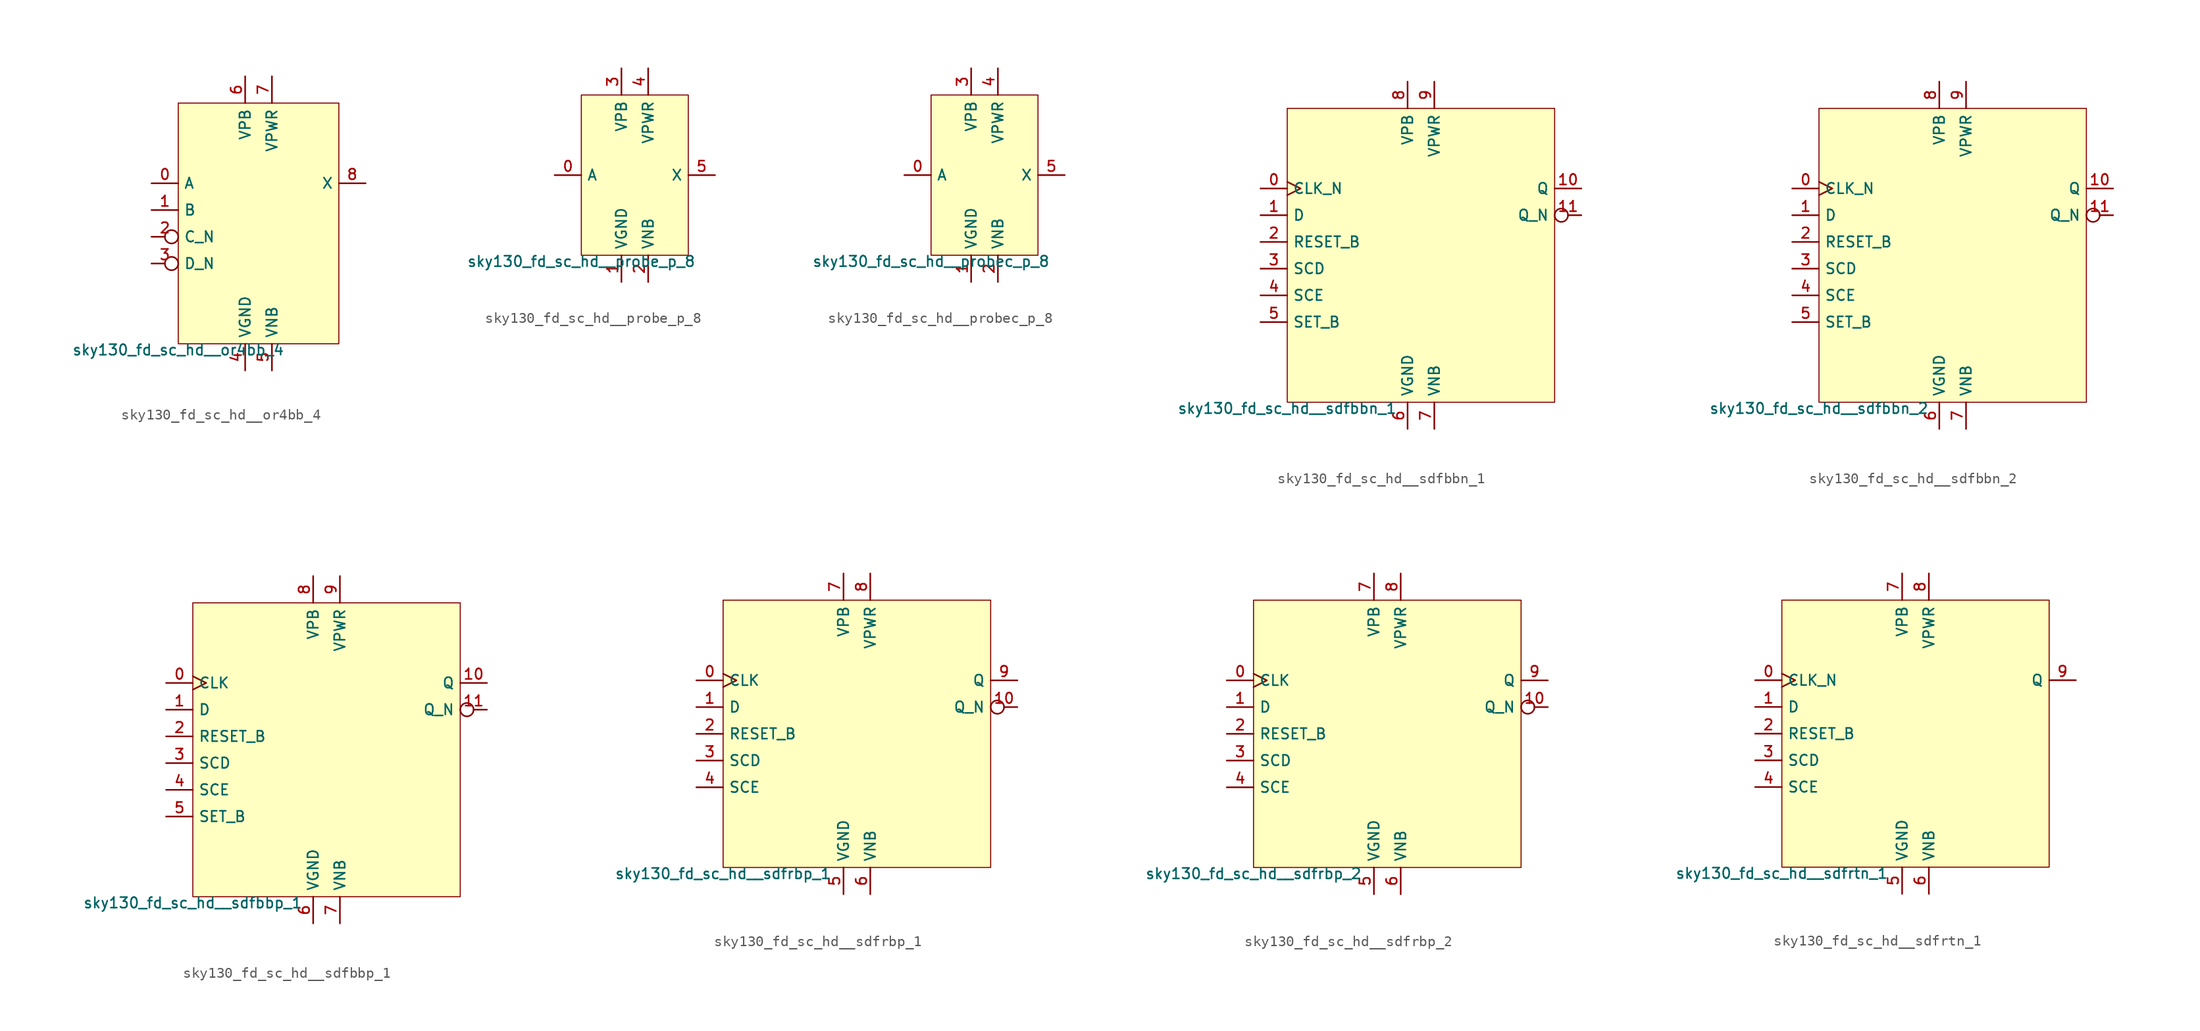
<source format=kicad_sym>
(kicad_symbol_lib
  (version 20211014)
  (generator lef2kicad_sym)
  (symbol "sky130_fd_sc_hd__or4bb_4"
    (property "Reference" "X"
      (at 0 0 0)
      (effects (font (size 1 1)) hide))
    (property "Value" "sky130_fd_sc_hd__or4bb_4"
      (at -7.62 -11.43 0)
      (effects (font (size 1 1)) (justify top)))
    (rectangle
      (start -7.62 -11.43)
      (end 7.62 11.43)
      (stroke (width 0.1) (type solid) (color 0 0 0 0))
      (fill (type background)))
    (pin input line
      (at -10.16 3.81 0)
      (length 2.54)
      (name "A" (effects (font (size 1 1)) hide))
      (number "0" (effects (font (size 1 1)) hide)))
    (pin input line
      (at -10.16 1.27 0)
      (length 2.54)
      (name "B" (effects (font (size 1 1)) hide))
      (number "1" (effects (font (size 1 1)) hide)))
    (pin input inverted
      (at -10.16 -1.27 0)
      (length 2.54)
      (name "C_N" (effects (font (size 1 1)) hide))
      (number "2" (effects (font (size 1 1)) hide)))
    (pin input inverted
      (at -10.16 -3.81 0)
      (length 2.54)
      (name "D_N" (effects (font (size 1 1)) hide))
      (number "3" (effects (font (size 1 1)) hide)))
    (pin power_in line
      (at -1.27 -13.97 90)
      (length 2.54)
      (name "VGND" (effects (font (size 1 1)) hide))
      (number "4" (effects (font (size 1 1)) hide)))
    (pin power_in line
      (at 1.27 -13.97 90)
      (length 2.54)
      (name "VNB" (effects (font (size 1 1)) hide))
      (number "5" (effects (font (size 1 1)) hide)))
    (pin power_in line
      (at -1.27 13.97 270)
      (length 2.54)
      (name "VPB" (effects (font (size 1 1)) hide))
      (number "6" (effects (font (size 1 1)) hide)))
    (pin power_in line
      (at 1.27 13.97 270)
      (length 2.54)
      (name "VPWR" (effects (font (size 1 1)) hide))
      (number "7" (effects (font (size 1 1)) hide)))
    (pin output line
      (at 10.16 3.81 180)
      (length 2.54)
      (name "X" (effects (font (size 1 1)) hide))
      (number "8" (effects (font (size 1 1)) hide))))
  (symbol "sky130_fd_sc_hd__probe_p_8"
    (property "Reference" "X"
      (at 0 0 0)
      (effects (font (size 1 1)) hide))
    (property "Value" "sky130_fd_sc_hd__probe_p_8"
      (at -5.08 -7.62 0)
      (effects (font (size 1 1)) (justify top)))
    (rectangle
      (start -5.08 -7.62)
      (end 5.08 7.62)
      (stroke (width 0.1) (type solid) (color 0 0 0 0))
      (fill (type background)))
    (pin input line
      (at -7.62 0.0 0)
      (length 2.54)
      (name "A" (effects (font (size 1 1)) hide))
      (number "0" (effects (font (size 1 1)) hide)))
    (pin power_in line
      (at -1.27 -10.16 90)
      (length 2.54)
      (name "VGND" (effects (font (size 1 1)) hide))
      (number "1" (effects (font (size 1 1)) hide)))
    (pin power_in line
      (at 1.27 -10.16 90)
      (length 2.54)
      (name "VNB" (effects (font (size 1 1)) hide))
      (number "2" (effects (font (size 1 1)) hide)))
    (pin power_in line
      (at -1.27 10.16 270)
      (length 2.54)
      (name "VPB" (effects (font (size 1 1)) hide))
      (number "3" (effects (font (size 1 1)) hide)))
    (pin power_in line
      (at 1.27 10.16 270)
      (length 2.54)
      (name "VPWR" (effects (font (size 1 1)) hide))
      (number "4" (effects (font (size 1 1)) hide)))
    (pin output line
      (at 7.62 0.0 180)
      (length 2.54)
      (name "X" (effects (font (size 1 1)) hide))
      (number "5" (effects (font (size 1 1)) hide))))
  (symbol "sky130_fd_sc_hd__probec_p_8"
    (property "Reference" "X"
      (at 0 0 0)
      (effects (font (size 1 1)) hide))
    (property "Value" "sky130_fd_sc_hd__probec_p_8"
      (at -5.08 -7.62 0)
      (effects (font (size 1 1)) (justify top)))
    (rectangle
      (start -5.08 -7.62)
      (end 5.08 7.62)
      (stroke (width 0.1) (type solid) (color 0 0 0 0))
      (fill (type background)))
    (pin input line
      (at -7.62 0.0 0)
      (length 2.54)
      (name "A" (effects (font (size 1 1)) hide))
      (number "0" (effects (font (size 1 1)) hide)))
    (pin power_in line
      (at -1.27 -10.16 90)
      (length 2.54)
      (name "VGND" (effects (font (size 1 1)) hide))
      (number "1" (effects (font (size 1 1)) hide)))
    (pin power_in line
      (at 1.27 -10.16 90)
      (length 2.54)
      (name "VNB" (effects (font (size 1 1)) hide))
      (number "2" (effects (font (size 1 1)) hide)))
    (pin power_in line
      (at -1.27 10.16 270)
      (length 2.54)
      (name "VPB" (effects (font (size 1 1)) hide))
      (number "3" (effects (font (size 1 1)) hide)))
    (pin power_in line
      (at 1.27 10.16 270)
      (length 2.54)
      (name "VPWR" (effects (font (size 1 1)) hide))
      (number "4" (effects (font (size 1 1)) hide)))
    (pin output line
      (at 7.62 0.0 180)
      (length 2.54)
      (name "X" (effects (font (size 1 1)) hide))
      (number "5" (effects (font (size 1 1)) hide))))
  (symbol "sky130_fd_sc_hd__sdfbbn_1"
    (property "Reference" "X"
      (at 0 0 0)
      (effects (font (size 1 1)) hide))
    (property "Value" "sky130_fd_sc_hd__sdfbbn_1"
      (at -12.7 -13.97 0)
      (effects (font (size 1 1)) (justify top)))
    (rectangle
      (start -12.7 -13.97)
      (end 12.7 13.97)
      (stroke (width 0.1) (type solid) (color 0 0 0 0))
      (fill (type background)))
    (pin input clock
      (at -15.24 6.35 0)
      (length 2.54)
      (name "CLK_N" (effects (font (size 1 1)) hide))
      (number "0" (effects (font (size 1 1)) hide)))
    (pin input line
      (at -15.24 3.81 0)
      (length 2.54)
      (name "D" (effects (font (size 1 1)) hide))
      (number "1" (effects (font (size 1 1)) hide)))
    (pin input line
      (at -15.24 1.27 0)
      (length 2.54)
      (name "RESET_B" (effects (font (size 1 1)) hide))
      (number "2" (effects (font (size 1 1)) hide)))
    (pin input line
      (at -15.24 -1.27 0)
      (length 2.54)
      (name "SCD" (effects (font (size 1 1)) hide))
      (number "3" (effects (font (size 1 1)) hide)))
    (pin input line
      (at -15.24 -3.81 0)
      (length 2.54)
      (name "SCE" (effects (font (size 1 1)) hide))
      (number "4" (effects (font (size 1 1)) hide)))
    (pin input line
      (at -15.24 -6.35 0)
      (length 2.54)
      (name "SET_B" (effects (font (size 1 1)) hide))
      (number "5" (effects (font (size 1 1)) hide)))
    (pin power_in line
      (at -1.27 -16.51 90)
      (length 2.54)
      (name "VGND" (effects (font (size 1 1)) hide))
      (number "6" (effects (font (size 1 1)) hide)))
    (pin power_in line
      (at 1.27 -16.51 90)
      (length 2.54)
      (name "VNB" (effects (font (size 1 1)) hide))
      (number "7" (effects (font (size 1 1)) hide)))
    (pin power_in line
      (at -1.27 16.51 270)
      (length 2.54)
      (name "VPB" (effects (font (size 1 1)) hide))
      (number "8" (effects (font (size 1 1)) hide)))
    (pin power_in line
      (at 1.27 16.51 270)
      (length 2.54)
      (name "VPWR" (effects (font (size 1 1)) hide))
      (number "9" (effects (font (size 1 1)) hide)))
    (pin output line
      (at 15.24 6.35 180)
      (length 2.54)
      (name "Q" (effects (font (size 1 1)) hide))
      (number "10" (effects (font (size 1 1)) hide)))
    (pin output inverted
      (at 15.24 3.81 180)
      (length 2.54)
      (name "Q_N" (effects (font (size 1 1)) hide))
      (number "11" (effects (font (size 1 1)) hide))))
  (symbol "sky130_fd_sc_hd__sdfbbn_2"
    (property "Reference" "X"
      (at 0 0 0)
      (effects (font (size 1 1)) hide))
    (property "Value" "sky130_fd_sc_hd__sdfbbn_2"
      (at -12.7 -13.97 0)
      (effects (font (size 1 1)) (justify top)))
    (rectangle
      (start -12.7 -13.97)
      (end 12.7 13.97)
      (stroke (width 0.1) (type solid) (color 0 0 0 0))
      (fill (type background)))
    (pin input clock
      (at -15.24 6.35 0)
      (length 2.54)
      (name "CLK_N" (effects (font (size 1 1)) hide))
      (number "0" (effects (font (size 1 1)) hide)))
    (pin input line
      (at -15.24 3.81 0)
      (length 2.54)
      (name "D" (effects (font (size 1 1)) hide))
      (number "1" (effects (font (size 1 1)) hide)))
    (pin input line
      (at -15.24 1.27 0)
      (length 2.54)
      (name "RESET_B" (effects (font (size 1 1)) hide))
      (number "2" (effects (font (size 1 1)) hide)))
    (pin input line
      (at -15.24 -1.27 0)
      (length 2.54)
      (name "SCD" (effects (font (size 1 1)) hide))
      (number "3" (effects (font (size 1 1)) hide)))
    (pin input line
      (at -15.24 -3.81 0)
      (length 2.54)
      (name "SCE" (effects (font (size 1 1)) hide))
      (number "4" (effects (font (size 1 1)) hide)))
    (pin input line
      (at -15.24 -6.35 0)
      (length 2.54)
      (name "SET_B" (effects (font (size 1 1)) hide))
      (number "5" (effects (font (size 1 1)) hide)))
    (pin power_in line
      (at -1.27 -16.51 90)
      (length 2.54)
      (name "VGND" (effects (font (size 1 1)) hide))
      (number "6" (effects (font (size 1 1)) hide)))
    (pin power_in line
      (at 1.27 -16.51 90)
      (length 2.54)
      (name "VNB" (effects (font (size 1 1)) hide))
      (number "7" (effects (font (size 1 1)) hide)))
    (pin power_in line
      (at -1.27 16.51 270)
      (length 2.54)
      (name "VPB" (effects (font (size 1 1)) hide))
      (number "8" (effects (font (size 1 1)) hide)))
    (pin power_in line
      (at 1.27 16.51 270)
      (length 2.54)
      (name "VPWR" (effects (font (size 1 1)) hide))
      (number "9" (effects (font (size 1 1)) hide)))
    (pin output line
      (at 15.24 6.35 180)
      (length 2.54)
      (name "Q" (effects (font (size 1 1)) hide))
      (number "10" (effects (font (size 1 1)) hide)))
    (pin output inverted
      (at 15.24 3.81 180)
      (length 2.54)
      (name "Q_N" (effects (font (size 1 1)) hide))
      (number "11" (effects (font (size 1 1)) hide))))
  (symbol "sky130_fd_sc_hd__sdfbbp_1"
    (property "Reference" "X"
      (at 0 0 0)
      (effects (font (size 1 1)) hide))
    (property "Value" "sky130_fd_sc_hd__sdfbbp_1"
      (at -12.7 -13.97 0)
      (effects (font (size 1 1)) (justify top)))
    (rectangle
      (start -12.7 -13.97)
      (end 12.7 13.97)
      (stroke (width 0.1) (type solid) (color 0 0 0 0))
      (fill (type background)))
    (pin input clock
      (at -15.24 6.35 0)
      (length 2.54)
      (name "CLK" (effects (font (size 1 1)) hide))
      (number "0" (effects (font (size 1 1)) hide)))
    (pin input line
      (at -15.24 3.81 0)
      (length 2.54)
      (name "D" (effects (font (size 1 1)) hide))
      (number "1" (effects (font (size 1 1)) hide)))
    (pin input line
      (at -15.24 1.27 0)
      (length 2.54)
      (name "RESET_B" (effects (font (size 1 1)) hide))
      (number "2" (effects (font (size 1 1)) hide)))
    (pin input line
      (at -15.24 -1.27 0)
      (length 2.54)
      (name "SCD" (effects (font (size 1 1)) hide))
      (number "3" (effects (font (size 1 1)) hide)))
    (pin input line
      (at -15.24 -3.81 0)
      (length 2.54)
      (name "SCE" (effects (font (size 1 1)) hide))
      (number "4" (effects (font (size 1 1)) hide)))
    (pin input line
      (at -15.24 -6.35 0)
      (length 2.54)
      (name "SET_B" (effects (font (size 1 1)) hide))
      (number "5" (effects (font (size 1 1)) hide)))
    (pin power_in line
      (at -1.27 -16.51 90)
      (length 2.54)
      (name "VGND" (effects (font (size 1 1)) hide))
      (number "6" (effects (font (size 1 1)) hide)))
    (pin power_in line
      (at 1.27 -16.51 90)
      (length 2.54)
      (name "VNB" (effects (font (size 1 1)) hide))
      (number "7" (effects (font (size 1 1)) hide)))
    (pin power_in line
      (at -1.27 16.51 270)
      (length 2.54)
      (name "VPB" (effects (font (size 1 1)) hide))
      (number "8" (effects (font (size 1 1)) hide)))
    (pin power_in line
      (at 1.27 16.51 270)
      (length 2.54)
      (name "VPWR" (effects (font (size 1 1)) hide))
      (number "9" (effects (font (size 1 1)) hide)))
    (pin output line
      (at 15.24 6.35 180)
      (length 2.54)
      (name "Q" (effects (font (size 1 1)) hide))
      (number "10" (effects (font (size 1 1)) hide)))
    (pin output inverted
      (at 15.24 3.81 180)
      (length 2.54)
      (name "Q_N" (effects (font (size 1 1)) hide))
      (number "11" (effects (font (size 1 1)) hide))))
  (symbol "sky130_fd_sc_hd__sdfrbp_1"
    (property "Reference" "X"
      (at 0 0 0)
      (effects (font (size 1 1)) hide))
    (property "Value" "sky130_fd_sc_hd__sdfrbp_1"
      (at -12.7 -12.7 0)
      (effects (font (size 1 1)) (justify top)))
    (rectangle
      (start -12.7 -12.7)
      (end 12.7 12.7)
      (stroke (width 0.1) (type solid) (color 0 0 0 0))
      (fill (type background)))
    (pin input clock
      (at -15.24 5.08 0)
      (length 2.54)
      (name "CLK" (effects (font (size 1 1)) hide))
      (number "0" (effects (font (size 1 1)) hide)))
    (pin input line
      (at -15.24 2.54 0)
      (length 2.54)
      (name "D" (effects (font (size 1 1)) hide))
      (number "1" (effects (font (size 1 1)) hide)))
    (pin input line
      (at -15.24 -8.881784197001252e-16 0)
      (length 2.54)
      (name "RESET_B" (effects (font (size 1 1)) hide))
      (number "2" (effects (font (size 1 1)) hide)))
    (pin input line
      (at -15.24 -2.54 0)
      (length 2.54)
      (name "SCD" (effects (font (size 1 1)) hide))
      (number "3" (effects (font (size 1 1)) hide)))
    (pin input line
      (at -15.24 -5.08 0)
      (length 2.54)
      (name "SCE" (effects (font (size 1 1)) hide))
      (number "4" (effects (font (size 1 1)) hide)))
    (pin power_in line
      (at -1.27 -15.24 90)
      (length 2.54)
      (name "VGND" (effects (font (size 1 1)) hide))
      (number "5" (effects (font (size 1 1)) hide)))
    (pin power_in line
      (at 1.27 -15.24 90)
      (length 2.54)
      (name "VNB" (effects (font (size 1 1)) hide))
      (number "6" (effects (font (size 1 1)) hide)))
    (pin power_in line
      (at -1.27 15.24 270)
      (length 2.54)
      (name "VPB" (effects (font (size 1 1)) hide))
      (number "7" (effects (font (size 1 1)) hide)))
    (pin power_in line
      (at 1.27 15.24 270)
      (length 2.54)
      (name "VPWR" (effects (font (size 1 1)) hide))
      (number "8" (effects (font (size 1 1)) hide)))
    (pin output line
      (at 15.24 5.08 180)
      (length 2.54)
      (name "Q" (effects (font (size 1 1)) hide))
      (number "9" (effects (font (size 1 1)) hide)))
    (pin output inverted
      (at 15.24 2.54 180)
      (length 2.54)
      (name "Q_N" (effects (font (size 1 1)) hide))
      (number "10" (effects (font (size 1 1)) hide))))
  (symbol "sky130_fd_sc_hd__sdfrbp_2"
    (property "Reference" "X"
      (at 0 0 0)
      (effects (font (size 1 1)) hide))
    (property "Value" "sky130_fd_sc_hd__sdfrbp_2"
      (at -12.7 -12.7 0)
      (effects (font (size 1 1)) (justify top)))
    (rectangle
      (start -12.7 -12.7)
      (end 12.7 12.7)
      (stroke (width 0.1) (type solid) (color 0 0 0 0))
      (fill (type background)))
    (pin input clock
      (at -15.24 5.08 0)
      (length 2.54)
      (name "CLK" (effects (font (size 1 1)) hide))
      (number "0" (effects (font (size 1 1)) hide)))
    (pin input line
      (at -15.24 2.54 0)
      (length 2.54)
      (name "D" (effects (font (size 1 1)) hide))
      (number "1" (effects (font (size 1 1)) hide)))
    (pin input line
      (at -15.24 -8.881784197001252e-16 0)
      (length 2.54)
      (name "RESET_B" (effects (font (size 1 1)) hide))
      (number "2" (effects (font (size 1 1)) hide)))
    (pin input line
      (at -15.24 -2.54 0)
      (length 2.54)
      (name "SCD" (effects (font (size 1 1)) hide))
      (number "3" (effects (font (size 1 1)) hide)))
    (pin input line
      (at -15.24 -5.08 0)
      (length 2.54)
      (name "SCE" (effects (font (size 1 1)) hide))
      (number "4" (effects (font (size 1 1)) hide)))
    (pin power_in line
      (at -1.27 -15.24 90)
      (length 2.54)
      (name "VGND" (effects (font (size 1 1)) hide))
      (number "5" (effects (font (size 1 1)) hide)))
    (pin power_in line
      (at 1.27 -15.24 90)
      (length 2.54)
      (name "VNB" (effects (font (size 1 1)) hide))
      (number "6" (effects (font (size 1 1)) hide)))
    (pin power_in line
      (at -1.27 15.24 270)
      (length 2.54)
      (name "VPB" (effects (font (size 1 1)) hide))
      (number "7" (effects (font (size 1 1)) hide)))
    (pin power_in line
      (at 1.27 15.24 270)
      (length 2.54)
      (name "VPWR" (effects (font (size 1 1)) hide))
      (number "8" (effects (font (size 1 1)) hide)))
    (pin output line
      (at 15.24 5.08 180)
      (length 2.54)
      (name "Q" (effects (font (size 1 1)) hide))
      (number "9" (effects (font (size 1 1)) hide)))
    (pin output inverted
      (at 15.24 2.54 180)
      (length 2.54)
      (name "Q_N" (effects (font (size 1 1)) hide))
      (number "10" (effects (font (size 1 1)) hide))))
  (symbol "sky130_fd_sc_hd__sdfrtn_1"
    (property "Reference" "X"
      (at 0 0 0)
      (effects (font (size 1 1)) hide))
    (property "Value" "sky130_fd_sc_hd__sdfrtn_1"
      (at -12.7 -12.7 0)
      (effects (font (size 1 1)) (justify top)))
    (rectangle
      (start -12.7 -12.7)
      (end 12.7 12.7)
      (stroke (width 0.1) (type solid) (color 0 0 0 0))
      (fill (type background)))
    (pin input clock
      (at -15.24 5.08 0)
      (length 2.54)
      (name "CLK_N" (effects (font (size 1 1)) hide))
      (number "0" (effects (font (size 1 1)) hide)))
    (pin input line
      (at -15.24 2.54 0)
      (length 2.54)
      (name "D" (effects (font (size 1 1)) hide))
      (number "1" (effects (font (size 1 1)) hide)))
    (pin input line
      (at -15.24 -8.881784197001252e-16 0)
      (length 2.54)
      (name "RESET_B" (effects (font (size 1 1)) hide))
      (number "2" (effects (font (size 1 1)) hide)))
    (pin input line
      (at -15.24 -2.54 0)
      (length 2.54)
      (name "SCD" (effects (font (size 1 1)) hide))
      (number "3" (effects (font (size 1 1)) hide)))
    (pin input line
      (at -15.24 -5.08 0)
      (length 2.54)
      (name "SCE" (effects (font (size 1 1)) hide))
      (number "4" (effects (font (size 1 1)) hide)))
    (pin power_in line
      (at -1.27 -15.24 90)
      (length 2.54)
      (name "VGND" (effects (font (size 1 1)) hide))
      (number "5" (effects (font (size 1 1)) hide)))
    (pin power_in line
      (at 1.27 -15.24 90)
      (length 2.54)
      (name "VNB" (effects (font (size 1 1)) hide))
      (number "6" (effects (font (size 1 1)) hide)))
    (pin power_in line
      (at -1.27 15.24 270)
      (length 2.54)
      (name "VPB" (effects (font (size 1 1)) hide))
      (number "7" (effects (font (size 1 1)) hide)))
    (pin power_in line
      (at 1.27 15.24 270)
      (length 2.54)
      (name "VPWR" (effects (font (size 1 1)) hide))
      (number "8" (effects (font (size 1 1)) hide)))
    (pin output line
      (at 15.24 5.08 180)
      (length 2.54)
      (name "Q" (effects (font (size 1 1)) hide))
      (number "9" (effects (font (size 1 1)) hide)))))
</source>
